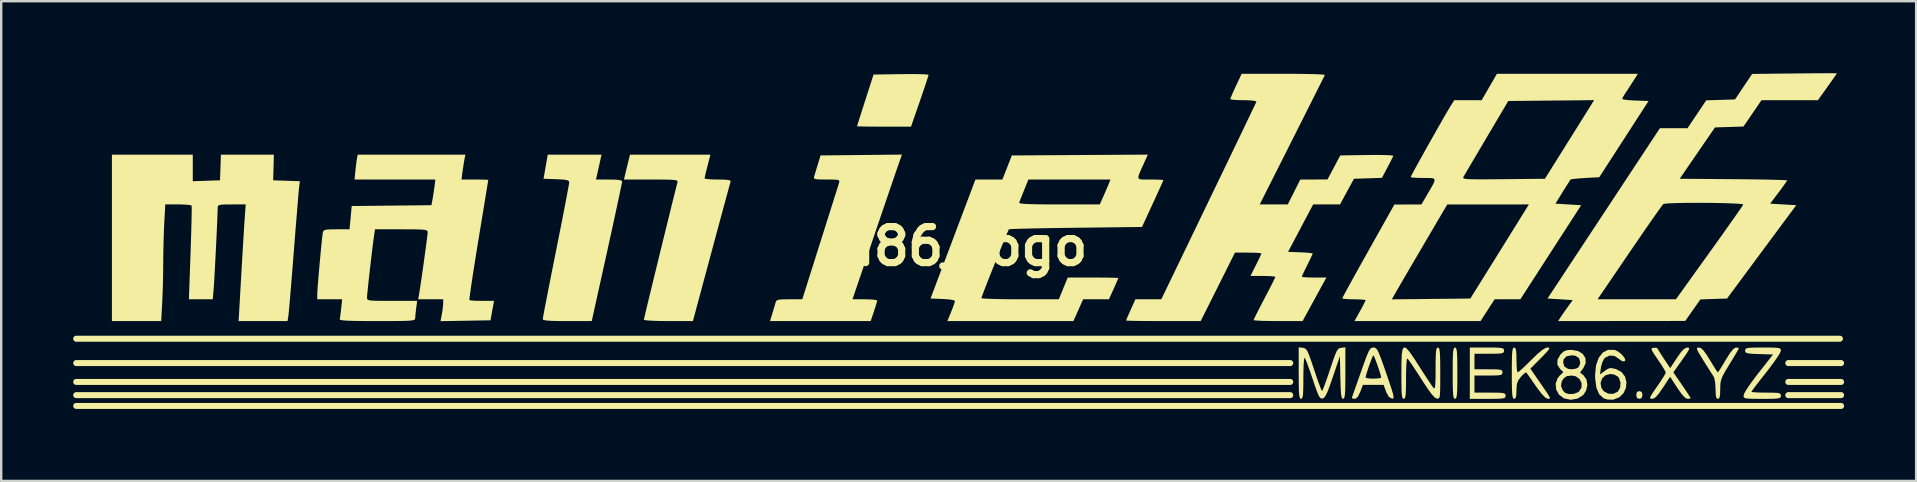
<source format=kicad_pcb>
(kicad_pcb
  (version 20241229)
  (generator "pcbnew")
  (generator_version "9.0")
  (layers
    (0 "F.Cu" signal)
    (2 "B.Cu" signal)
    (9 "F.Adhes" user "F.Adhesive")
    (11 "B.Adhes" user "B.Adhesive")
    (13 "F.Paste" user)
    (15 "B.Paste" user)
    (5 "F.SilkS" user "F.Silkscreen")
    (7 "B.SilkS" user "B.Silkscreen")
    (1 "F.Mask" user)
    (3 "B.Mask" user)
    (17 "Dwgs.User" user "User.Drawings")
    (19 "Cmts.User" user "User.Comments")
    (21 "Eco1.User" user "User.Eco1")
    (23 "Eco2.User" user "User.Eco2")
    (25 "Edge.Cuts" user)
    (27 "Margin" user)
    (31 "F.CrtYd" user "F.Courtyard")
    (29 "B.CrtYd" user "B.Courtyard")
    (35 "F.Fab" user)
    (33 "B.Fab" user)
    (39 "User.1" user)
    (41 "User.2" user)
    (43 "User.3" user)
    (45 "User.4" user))
  (footprint "m86_logo"
    (layer "F.Cu")
    (at 36.796 7.21)
    (property "Reference" "m86_logo" (at 0 0 0) (layer "F.SilkS") (effects (font (size 1.5 1.5) (thickness 0.3))))
    (attr board_only exclude_from_pos_files exclude_from_bom)
    (fp_line (start -36.671 3.85) (end 36.8 3.85) (stroke (width 0.25) (type solid)) (layer "F.SilkS"))
    (fp_line (start -36.671 4.865) (end 13.902 4.865) (stroke (width 0.25) (type solid)) (layer "F.SilkS"))
    (fp_line (start -36.671 5.65) (end 13.902 5.65) (stroke (width 0.25) (type solid)) (layer "F.SilkS"))
    (fp_line (start -36.671 6.2) (end 13.902 6.2) (stroke (width 0.25) (type solid)) (layer "F.SilkS"))
    (fp_line (start -36.671 6.65) (end 36.85 6.65) (stroke (width 0.25) (type solid)) (layer "F.SilkS"))
    (fp_line (start 34.65 4.865) (end 36.85 4.865) (stroke (width 0.25) (type solid)) (layer "F.SilkS"))
    (fp_line (start 34.65 5.65) (end 36.85 5.65) (stroke (width 0.25) (type solid)) (layer "F.SilkS"))
    (fp_line (start 34.65 6.2) (end 36.85 6.2) (stroke (width 0.25) (type solid)) (layer "F.SilkS"))
    (fp_poly (pts (xy 28.547 6.069) (xy 28.575 6.193) (xy 28.545 6.32) (xy 28.445 6.355) (xy 28.344 6.317) (xy 28.316 6.193) (xy 28.346 6.066) (xy 28.445 6.031)) (stroke (width 0) (type solid)) (fill yes) (layer "F.SilkS"))
    (fp_poly (pts (xy -1.623 -7.173) (xy -1.373 -7.166) (xy -1.214 -7.154) (xy -1.165 -7.14) (xy -1.185 -7.065) (xy -1.242 -6.889) (xy -1.327 -6.633) (xy -1.434 -6.317) (xy -1.53 -6.037) (xy -1.896 -4.984) (xy -3.021 -4.984) (xy -3.387 -4.985) (xy -3.703 -4.987) (xy -3.948 -4.991) (xy -4.102 -4.996) (xy -4.145 -5) (xy -4.126 -5.064) (xy -4.073 -5.231) (xy -3.994 -5.481) (xy -3.894 -5.793) (xy -3.8 -6.086) (xy -3.456 -7.155) (xy -2.311 -7.172) (xy -1.942 -7.175)) (stroke (width 0) (type solid)) (fill yes) (layer "F.SilkS"))
    (fp_poly (pts (xy 20.804 4.234) (xy 20.83 4.296) (xy 20.847 4.421) (xy 20.858 4.626) (xy 20.863 4.929) (xy 20.864 5.286) (xy 20.863 5.687) (xy 20.857 5.976) (xy 20.846 6.171) (xy 20.827 6.287) (xy 20.8 6.342) (xy 20.767 6.355) (xy 20.731 6.338) (xy 20.704 6.276) (xy 20.687 6.151) (xy 20.676 5.946) (xy 20.671 5.643) (xy 20.67 5.286) (xy 20.671 4.885) (xy 20.677 4.596) (xy 20.688 4.402) (xy 20.707 4.285) (xy 20.735 4.23) (xy 20.767 4.217)) (stroke (width 0) (type solid)) (fill yes) (layer "F.SilkS"))
    (fp_poly (pts (xy 22.407 4.218) (xy 22.612 4.226) (xy 22.732 4.243) (xy 22.79 4.273) (xy 22.807 4.322) (xy 22.808 4.347) (xy 22.799 4.407) (xy 22.755 4.445) (xy 22.652 4.466) (xy 22.467 4.474) (xy 22.193 4.476) (xy 21.577 4.476) (xy 21.577 4.8) (xy 21.577 5.124) (xy 22.16 5.124) (xy 22.437 5.126) (xy 22.609 5.136) (xy 22.701 5.16) (xy 22.738 5.203) (xy 22.743 5.254) (xy 22.734 5.315) (xy 22.688 5.353) (xy 22.582 5.374) (xy 22.39 5.382) (xy 22.16 5.383) (xy 21.577 5.383) (xy 21.577 5.74) (xy 21.577 6.096) (xy 22.225 6.096) (xy 22.52 6.098) (xy 22.709 6.106) (xy 22.815 6.126) (xy 22.862 6.162) (xy 22.873 6.219) (xy 22.873 6.226) (xy 22.865 6.281) (xy 22.827 6.318) (xy 22.736 6.34) (xy 22.571 6.351) (xy 22.31 6.355) (xy 22.128 6.355) (xy 21.383 6.355) (xy 21.383 5.286) (xy 21.383 4.217) (xy 22.095 4.217)) (stroke (width 0) (type solid)) (fill yes) (layer "F.SilkS"))
    (fp_poly (pts (xy -14.903 -3.299) (xy -15.019 -2.781) (xy -14.475 -2.781) (xy -14.184 -2.775) (xy -14.009 -2.754) (xy -13.934 -2.716) (xy -13.93 -2.7) (xy -13.943 -2.622) (xy -13.982 -2.43) (xy -14.043 -2.138) (xy -14.124 -1.759) (xy -14.221 -1.305) (xy -14.333 -0.79) (xy -14.457 -0.227) (xy -14.561 0.248) (xy -15.195 3.115) (xy -16.215 3.115) (xy -16.619 3.113) (xy -16.908 3.105) (xy -17.097 3.09) (xy -17.202 3.067) (xy -17.236 3.035) (xy -17.236 3.032) (xy -17.223 2.953) (xy -17.188 2.76) (xy -17.132 2.467) (xy -17.059 2.087) (xy -16.97 1.634) (xy -16.869 1.122) (xy -16.758 0.563) (xy -16.685 0.2) (xy -16.569 -0.383) (xy -16.461 -0.928) (xy -16.364 -1.423) (xy -16.281 -1.854) (xy -16.214 -2.207) (xy -16.166 -2.468) (xy -16.139 -2.625) (xy -16.134 -2.663) (xy -16.151 -2.72) (xy -16.219 -2.756) (xy -16.362 -2.778) (xy -16.605 -2.792) (xy -16.669 -2.795) (xy -17.203 -2.813) (xy -17.116 -3.316) (xy -17.028 -3.818) (xy -15.908 -3.818) (xy -14.788 -3.818)) (stroke (width 0) (type solid)) (fill yes) (layer "F.SilkS"))
    (fp_poly (pts (xy 32.571 4.23) (xy 32.592 4.247) (xy 32.56 4.311) (xy 32.474 4.461) (xy 32.345 4.676) (xy 32.204 4.908) (xy 32.034 5.187) (xy 31.923 5.39) (xy 31.857 5.548) (xy 31.825 5.694) (xy 31.815 5.859) (xy 31.815 5.947) (xy 31.808 6.179) (xy 31.784 6.306) (xy 31.736 6.353) (xy 31.718 6.355) (xy 31.662 6.326) (xy 31.632 6.224) (xy 31.621 6.023) (xy 31.62 5.948) (xy 31.606 5.692) (xy 31.567 5.491) (xy 31.532 5.414) (xy 31.46 5.304) (xy 31.34 5.116) (xy 31.192 4.882) (xy 31.111 4.751) (xy 30.96 4.506) (xy 30.872 4.35) (xy 30.841 4.263) (xy 30.858 4.226) (xy 30.918 4.217) (xy 30.924 4.217) (xy 31.013 4.243) (xy 31.112 4.333) (xy 31.238 4.505) (xy 31.382 4.735) (xy 31.519 4.96) (xy 31.63 5.136) (xy 31.7 5.238) (xy 31.715 5.254) (xy 31.755 5.202) (xy 31.845 5.062) (xy 31.968 4.86) (xy 32.042 4.735) (xy 32.218 4.454) (xy 32.354 4.284) (xy 32.454 4.218) (xy 32.469 4.217)) (stroke (width 0) (type solid)) (fill yes) (layer "F.SilkS"))
    (fp_poly (pts (xy 30.506 4.225) (xy 30.524 4.261) (xy 30.49 4.344) (xy 30.395 4.494) (xy 30.232 4.728) (xy 30.227 4.735) (xy 29.862 5.253) (xy 30.223 5.777) (xy 30.376 6.002) (xy 30.497 6.185) (xy 30.57 6.3) (xy 30.584 6.328) (xy 30.529 6.35) (xy 30.453 6.355) (xy 30.348 6.307) (xy 30.209 6.158) (xy 30.027 5.899) (xy 30.024 5.895) (xy 29.726 5.434) (xy 29.426 5.894) (xy 29.258 6.136) (xy 29.131 6.281) (xy 29.027 6.346) (xy 28.975 6.354) (xy 28.911 6.347) (xy 28.891 6.312) (xy 28.924 6.23) (xy 29.017 6.082) (xy 29.178 5.849) (xy 29.185 5.839) (xy 29.34 5.612) (xy 29.462 5.422) (xy 29.534 5.295) (xy 29.547 5.261) (xy 29.512 5.183) (xy 29.419 5.027) (xy 29.286 4.822) (xy 29.219 4.724) (xy 29.065 4.498) (xy 28.979 4.357) (xy 28.951 4.279) (xy 28.975 4.242) (xy 29.039 4.227) (xy 29.161 4.23) (xy 29.205 4.259) (xy 29.248 4.337) (xy 29.343 4.49) (xy 29.47 4.686) (xy 29.477 4.695) (xy 29.73 5.076) (xy 30.011 4.648) (xy 30.176 4.413) (xy 30.303 4.277) (xy 30.409 4.222) (xy 30.442 4.218)) (stroke (width 0) (type solid)) (fill yes) (layer "F.SilkS"))
    (fp_poly (pts (xy 33.917 4.218) (xy 34.129 4.225) (xy 34.256 4.24) (xy 34.319 4.269) (xy 34.34 4.314) (xy 34.342 4.351) (xy 34.303 4.446) (xy 34.196 4.62) (xy 34.034 4.852) (xy 33.833 5.12) (xy 33.726 5.257) (xy 33.513 5.527) (xy 33.332 5.76) (xy 33.197 5.938) (xy 33.122 6.043) (xy 33.111 6.063) (xy 33.171 6.077) (xy 33.332 6.088) (xy 33.567 6.095) (xy 33.726 6.096) (xy 34.012 6.098) (xy 34.193 6.107) (xy 34.292 6.129) (xy 34.334 6.168) (xy 34.342 6.226) (xy 34.334 6.28) (xy 34.297 6.317) (xy 34.209 6.339) (xy 34.048 6.351) (xy 33.793 6.355) (xy 33.564 6.355) (xy 33.237 6.354) (xy 33.017 6.349) (xy 32.884 6.335) (xy 32.816 6.308) (xy 32.791 6.265) (xy 32.788 6.209) (xy 32.828 6.103) (xy 32.941 5.916) (xy 33.114 5.667) (xy 33.335 5.371) (xy 33.402 5.286) (xy 34.015 4.508) (xy 33.433 4.49) (xy 33.156 4.479) (xy 32.984 4.462) (xy 32.892 4.434) (xy 32.856 4.389) (xy 32.852 4.344) (xy 32.86 4.289) (xy 32.9 4.253) (xy 32.993 4.231) (xy 33.162 4.221) (xy 33.427 4.217) (xy 33.597 4.217)) (stroke (width 0) (type solid)) (fill yes) (layer "F.SilkS"))
    (fp_poly (pts (xy 27.41 4.314) (xy 27.565 4.386) (xy 27.72 4.512) (xy 27.832 4.653) (xy 27.862 4.744) (xy 27.819 4.798) (xy 27.718 4.78) (xy 27.597 4.697) (xy 27.571 4.67) (xy 27.397 4.563) (xy 27.194 4.554) (xy 27.014 4.644) (xy 26.992 4.665) (xy 26.911 4.809) (xy 26.852 5.01) (xy 26.843 5.063) (xy 26.806 5.337) (xy 27.008 5.187) (xy 27.15 5.095) (xy 27.271 5.071) (xy 27.435 5.105) (xy 27.477 5.117) (xy 27.707 5.242) (xy 27.85 5.431) (xy 27.909 5.659) (xy 27.888 5.896) (xy 27.789 6.114) (xy 27.616 6.287) (xy 27.371 6.385) (xy 27.337 6.391) (xy 27.109 6.382) (xy 26.948 6.326) (xy 26.769 6.159) (xy 26.656 5.891) (xy 26.629 5.695) (xy 26.83 5.695) (xy 26.862 5.894) (xy 26.955 6.031) (xy 27.144 6.139) (xy 27.359 6.147) (xy 27.549 6.054) (xy 27.644 5.891) (xy 27.661 5.682) (xy 27.598 5.487) (xy 27.561 5.437) (xy 27.41 5.347) (xy 27.24 5.318) (xy 27.033 5.372) (xy 26.892 5.509) (xy 26.83 5.695) (xy 26.629 5.695) (xy 26.605 5.518) (xy 26.602 5.346) (xy 26.643 4.955) (xy 26.752 4.645) (xy 26.921 4.428) (xy 27.142 4.314) (xy 27.406 4.314)) (stroke (width 0) (type solid)) (fill yes) (layer "F.SilkS"))
    (fp_poly (pts (xy -10.373 -3.348) (xy -10.432 -3.115) (xy -10.475 -2.932) (xy -10.495 -2.835) (xy -10.496 -2.83) (xy -10.436 -2.808) (xy -10.277 -2.791) (xy -10.047 -2.782) (xy -9.939 -2.781) (xy -9.657 -2.776) (xy -9.487 -2.759) (xy -9.414 -2.728) (xy -9.41 -2.7) (xy -9.432 -2.623) (xy -9.484 -2.433) (xy -9.563 -2.144) (xy -9.665 -1.768) (xy -9.787 -1.318) (xy -9.925 -0.807) (xy -10.076 -0.249) (xy -10.209 0.248) (xy -10.981 3.115) (xy -12.002 3.115) (xy -12.35 3.112) (xy -12.646 3.103) (xy -12.871 3.089) (xy -13 3.071) (xy -13.024 3.059) (xy -13.009 2.989) (xy -12.967 2.809) (xy -12.901 2.534) (xy -12.816 2.179) (xy -12.714 1.76) (xy -12.601 1.292) (xy -12.478 0.791) (xy -12.352 0.272) (xy -12.224 -0.249) (xy -12.099 -0.757) (xy -11.981 -1.236) (xy -11.874 -1.672) (xy -11.78 -2.049) (xy -11.705 -2.35) (xy -11.651 -2.562) (xy -11.623 -2.668) (xy -11.623 -2.668) (xy -11.62 -2.709) (xy -11.648 -2.738) (xy -11.727 -2.759) (xy -11.871 -2.771) (xy -12.1 -2.778) (xy -12.429 -2.781) (xy -12.721 -2.781) (xy -13.853 -2.781) (xy -13.788 -3.056) (xy -13.73 -3.299) (xy -13.671 -3.54) (xy -13.662 -3.575) (xy -13.602 -3.818) (xy -11.926 -3.818) (xy -10.251 -3.818)) (stroke (width 0) (type solid)) (fill yes) (layer "F.SilkS"))
    (fp_poly (pts (xy 24.685 4.225) (xy 24.697 4.261) (xy 24.645 4.341) (xy 24.517 4.48) (xy 24.344 4.658) (xy 23.906 5.098) (xy 24.284 5.646) (xy 24.482 5.933) (xy 24.616 6.13) (xy 24.693 6.254) (xy 24.721 6.321) (xy 24.71 6.349) (xy 24.667 6.355) (xy 24.632 6.355) (xy 24.526 6.303) (xy 24.373 6.143) (xy 24.168 5.872) (xy 24.132 5.821) (xy 23.973 5.592) (xy 23.842 5.405) (xy 23.756 5.285) (xy 23.733 5.254) (xy 23.677 5.277) (xy 23.57 5.374) (xy 23.516 5.433) (xy 23.4 5.585) (xy 23.343 5.739) (xy 23.327 5.954) (xy 23.327 6) (xy 23.318 6.214) (xy 23.287 6.325) (xy 23.229 6.355) (xy 23.193 6.338) (xy 23.167 6.276) (xy 23.149 6.151) (xy 23.138 5.946) (xy 23.133 5.643) (xy 23.132 5.286) (xy 23.134 4.885) (xy 23.139 4.596) (xy 23.151 4.402) (xy 23.169 4.285) (xy 23.197 4.23) (xy 23.229 4.217) (xy 23.279 4.241) (xy 23.309 4.33) (xy 23.323 4.506) (xy 23.327 4.735) (xy 23.332 4.976) (xy 23.348 5.157) (xy 23.37 5.248) (xy 23.377 5.254) (xy 23.44 5.21) (xy 23.573 5.093) (xy 23.756 4.919) (xy 23.942 4.735) (xy 24.208 4.479) (xy 24.406 4.314) (xy 24.55 4.231) (xy 24.619 4.217)) (stroke (width 0) (type solid)) (fill yes) (layer "F.SilkS"))
    (fp_poly (pts (xy 17.429 4.224) (xy 17.483 4.257) (xy 17.538 4.331) (xy 17.602 4.465) (xy 17.684 4.675) (xy 17.793 4.977) (xy 17.901 5.29) (xy 18.033 5.676) (xy 18.126 5.956) (xy 18.183 6.147) (xy 18.207 6.264) (xy 18.203 6.325) (xy 18.173 6.345) (xy 18.132 6.343) (xy 18.011 6.273) (xy 17.909 6.092) (xy 17.892 6.047) (xy 17.792 5.772) (xy 17.361 5.772) (xy 16.929 5.772) (xy 16.818 6.064) (xy 16.724 6.259) (xy 16.628 6.346) (xy 16.577 6.355) (xy 16.482 6.334) (xy 16.469 6.304) (xy 16.497 6.228) (xy 16.559 6.052) (xy 16.65 5.796) (xy 16.76 5.482) (xy 16.765 5.469) (xy 17.041 5.469) (xy 17.1 5.494) (xy 17.249 5.51) (xy 17.365 5.513) (xy 17.55 5.505) (xy 17.667 5.485) (xy 17.689 5.469) (xy 17.67 5.372) (xy 17.62 5.203) (xy 17.552 5) (xy 17.48 4.798) (xy 17.416 4.635) (xy 17.373 4.547) (xy 17.365 4.541) (xy 17.331 4.597) (xy 17.273 4.74) (xy 17.202 4.933) (xy 17.131 5.14) (xy 17.074 5.324) (xy 17.043 5.448) (xy 17.041 5.469) (xy 16.765 5.469) (xy 16.847 5.235) (xy 16.98 4.86) (xy 17.08 4.59) (xy 17.156 4.408) (xy 17.217 4.297) (xy 17.272 4.24) (xy 17.329 4.219) (xy 17.367 4.217)) (stroke (width 0) (type solid)) (fill yes) (layer "F.SilkS"))
    (fp_poly (pts (xy -2.405 -3.446) (xy -2.454 -3.305) (xy -2.54 -3.057) (xy -2.657 -2.715) (xy -2.8 -2.296) (xy -2.964 -1.814) (xy -3.145 -1.284) (xy -3.337 -0.722) (xy -3.435 -0.432) (xy -4.334 2.208) (xy -3.82 2.208) (xy -3.58 2.214) (xy -3.399 2.23) (xy -3.309 2.253) (xy -3.305 2.26) (xy -3.324 2.345) (xy -3.375 2.514) (xy -3.44 2.714) (xy -3.576 3.115) (xy -5.672 3.115) (xy -7.769 3.115) (xy -7.675 2.808) (xy -7.61 2.594) (xy -7.556 2.41) (xy -7.541 2.354) (xy -7.513 2.282) (xy -7.457 2.239) (xy -7.345 2.217) (xy -7.149 2.209) (xy -6.964 2.208) (xy -6.425 2.208) (xy -6.358 1.998) (xy -6.323 1.887) (xy -6.254 1.669) (xy -6.157 1.359) (xy -6.035 0.974) (xy -5.894 0.529) (xy -5.74 0.04) (xy -5.616 -0.351) (xy -5.455 -0.859) (xy -5.306 -1.332) (xy -5.172 -1.755) (xy -5.06 -2.113) (xy -4.972 -2.39) (xy -4.916 -2.571) (xy -4.895 -2.635) (xy -4.879 -2.705) (xy -4.899 -2.748) (xy -4.978 -2.771) (xy -5.14 -2.78) (xy -5.408 -2.781) (xy -5.41 -2.781) (xy -5.68 -2.784) (xy -5.843 -2.794) (xy -5.923 -2.818) (xy -5.942 -2.861) (xy -5.935 -2.894) (xy -5.898 -3.015) (xy -5.838 -3.212) (xy -5.782 -3.397) (xy -5.664 -3.785) (xy -3.969 -3.803) (xy -2.274 -3.82)) (stroke (width 0) (type solid)) (fill yes) (layer "F.SilkS"))
    (fp_poly (pts (xy 25.887 4.359) (xy 26.086 4.481) (xy 26.199 4.656) (xy 26.21 4.864) (xy 26.113 5.073) (xy 25.975 5.259) (xy 26.124 5.379) (xy 26.244 5.553) (xy 26.279 5.778) (xy 26.229 6.012) (xy 26.108 6.195) (xy 25.874 6.344) (xy 25.594 6.394) (xy 25.314 6.338) (xy 25.301 6.333) (xy 25.096 6.179) (xy 24.98 5.965) (xy 24.966 5.81) (xy 25.182 5.81) (xy 25.25 5.997) (xy 25.361 6.111) (xy 25.523 6.157) (xy 25.726 6.143) (xy 25.9 6.076) (xy 25.929 6.054) (xy 26.036 5.885) (xy 26.04 5.7) (xy 25.955 5.532) (xy 25.798 5.416) (xy 25.633 5.384) (xy 25.428 5.408) (xy 25.297 5.497) (xy 25.213 5.626) (xy 25.182 5.81) (xy 24.966 5.81) (xy 24.958 5.725) (xy 25.039 5.497) (xy 25.113 5.405) (xy 25.279 5.239) (xy 25.145 5.114) (xy 25.03 4.931) (xy 25.033 4.832) (xy 25.27 4.832) (xy 25.322 5.009) (xy 25.474 5.106) (xy 25.627 5.124) (xy 25.795 5.1) (xy 25.905 5.046) (xy 25.97 4.92) (xy 25.983 4.832) (xy 25.932 4.656) (xy 25.78 4.559) (xy 25.627 4.541) (xy 25.411 4.583) (xy 25.293 4.707) (xy 25.27 4.832) (xy 25.033 4.832) (xy 25.036 4.721) (xy 25.164 4.5) (xy 25.168 4.496) (xy 25.3 4.375) (xy 25.454 4.323) (xy 25.614 4.314)) (stroke (width 0) (type solid)) (fill yes) (layer "F.SilkS"))
    (fp_poly (pts (xy 18.734 4.241) (xy 18.868 4.39) (xy 19.051 4.652) (xy 19.281 5.011) (xy 19.467 5.302) (xy 19.635 5.558) (xy 19.769 5.759) (xy 19.855 5.88) (xy 19.871 5.899) (xy 19.906 5.919) (xy 19.93 5.88) (xy 19.945 5.764) (xy 19.954 5.557) (xy 19.957 5.242) (xy 19.957 5.106) (xy 19.959 4.744) (xy 19.967 4.493) (xy 19.981 4.334) (xy 20.006 4.249) (xy 20.041 4.218) (xy 20.054 4.217) (xy 20.091 4.234) (xy 20.117 4.296) (xy 20.135 4.421) (xy 20.145 4.626) (xy 20.15 4.927) (xy 20.152 5.291) (xy 20.151 5.686) (xy 20.148 5.969) (xy 20.14 6.159) (xy 20.125 6.273) (xy 20.1 6.33) (xy 20.062 6.348) (xy 20.01 6.344) (xy 20.007 6.343) (xy 19.923 6.299) (xy 19.808 6.178) (xy 19.653 5.97) (xy 19.449 5.664) (xy 19.343 5.498) (xy 19.159 5.211) (xy 18.997 4.967) (xy 18.87 4.785) (xy 18.791 4.685) (xy 18.775 4.672) (xy 18.757 4.732) (xy 18.742 4.898) (xy 18.731 5.145) (xy 18.726 5.45) (xy 18.726 5.513) (xy 18.724 5.864) (xy 18.716 6.104) (xy 18.7 6.253) (xy 18.674 6.331) (xy 18.635 6.355) (xy 18.629 6.355) (xy 18.592 6.338) (xy 18.566 6.276) (xy 18.548 6.151) (xy 18.538 5.946) (xy 18.533 5.643) (xy 18.532 5.286) (xy 18.535 4.829) (xy 18.549 4.499) (xy 18.582 4.293) (xy 18.641 4.208)) (stroke (width 0) (type solid)) (fill yes) (layer "F.SilkS"))
    (fp_poly (pts (xy 16.199 5.282) (xy 16.197 5.685) (xy 16.192 5.976) (xy 16.18 6.171) (xy 16.161 6.288) (xy 16.134 6.344) (xy 16.104 6.355) (xy 16.064 6.334) (xy 16.036 6.26) (xy 16.016 6.113) (xy 16.002 5.876) (xy 15.992 5.531) (xy 15.99 5.464) (xy 15.972 4.573) (xy 15.676 5.448) (xy 15.552 5.804) (xy 15.457 6.054) (xy 15.381 6.214) (xy 15.317 6.304) (xy 15.256 6.34) (xy 15.245 6.343) (xy 15.186 6.338) (xy 15.132 6.293) (xy 15.073 6.19) (xy 15 6.009) (xy 14.904 5.733) (xy 14.837 5.533) (xy 14.732 5.222) (xy 14.636 4.955) (xy 14.56 4.756) (xy 14.512 4.65) (xy 14.506 4.641) (xy 14.485 4.678) (xy 14.467 4.826) (xy 14.455 5.068) (xy 14.45 5.387) (xy 14.449 5.467) (xy 14.447 5.829) (xy 14.44 6.079) (xy 14.425 6.238) (xy 14.401 6.323) (xy 14.365 6.354) (xy 14.352 6.355) (xy 14.316 6.338) (xy 14.29 6.276) (xy 14.272 6.151) (xy 14.261 5.946) (xy 14.256 5.645) (xy 14.255 5.282) (xy 14.255 4.208) (xy 14.429 4.229) (xy 14.5 4.245) (xy 14.559 4.286) (xy 14.618 4.373) (xy 14.684 4.523) (xy 14.769 4.757) (xy 14.882 5.093) (xy 14.897 5.14) (xy 15.004 5.456) (xy 15.098 5.722) (xy 15.172 5.918) (xy 15.218 6.021) (xy 15.227 6.031) (xy 15.259 5.973) (xy 15.322 5.813) (xy 15.409 5.574) (xy 15.512 5.276) (xy 15.557 5.14) (xy 15.674 4.791) (xy 15.761 4.546) (xy 15.829 4.387) (xy 15.888 4.294) (xy 15.947 4.248) (xy 16.016 4.23) (xy 16.025 4.229) (xy 16.199 4.208)) (stroke (width 0) (type solid)) (fill yes) (layer "F.SilkS"))
    (fp_poly (pts (xy -31.815 -3.264) (xy -31.815 -2.711) (xy -31.248 -2.73) (xy -30.681 -2.749) (xy -30.662 -3.283) (xy -30.643 -3.818) (xy -29.54 -3.818) (xy -28.437 -3.818) (xy -28.451 -3.283) (xy -28.466 -2.749) (xy -27.909 -2.73) (xy -27.353 -2.711) (xy -27.381 -2.503) (xy -27.393 -2.393) (xy -27.413 -2.169) (xy -27.44 -1.848) (xy -27.473 -1.443) (xy -27.512 -0.971) (xy -27.554 -0.448) (xy -27.598 0.112) (xy -27.605 0.2) (xy -27.649 0.763) (xy -27.692 1.294) (xy -27.732 1.775) (xy -27.767 2.191) (xy -27.796 2.527) (xy -27.819 2.767) (xy -27.833 2.896) (xy -27.834 2.905) (xy -27.868 3.115) (xy -28.887 3.115) (xy -29.906 3.115) (xy -29.797 1.22) (xy -29.767 0.706) (xy -29.738 0.207) (xy -29.71 -0.256) (xy -29.685 -0.659) (xy -29.665 -0.98) (xy -29.65 -1.196) (xy -29.649 -1.21) (xy -29.611 -1.744) (xy -30.195 -1.744) (xy -30.471 -1.742) (xy -30.643 -1.733) (xy -30.735 -1.71) (xy -30.772 -1.667) (xy -30.778 -1.605) (xy -30.781 -1.458) (xy -30.791 -1.205) (xy -30.805 -0.872) (xy -30.823 -0.481) (xy -30.843 -0.057) (xy -30.865 0.377) (xy -30.887 0.795) (xy -30.907 1.174) (xy -30.925 1.49) (xy -30.94 1.719) (xy -30.947 1.803) (xy -30.983 2.208) (xy -31.48 2.208) (xy -31.977 2.208) (xy -31.908 0.281) (xy -31.892 -0.207) (xy -31.878 -0.652) (xy -31.868 -1.039) (xy -31.862 -1.351) (xy -31.859 -1.572) (xy -31.862 -1.685) (xy -31.863 -1.696) (xy -31.935 -1.718) (xy -32.104 -1.735) (xy -32.338 -1.744) (xy -32.424 -1.744) (xy -32.961 -1.744) (xy -33.004 -0.957) (xy -33.021 -0.557) (xy -33.035 -0.093) (xy -33.044 0.372) (xy -33.046 0.686) (xy -33.05 1.106) (xy -33.06 1.577) (xy -33.075 2.031) (xy -33.088 2.328) (xy -33.131 3.115) (xy -34.157 3.115) (xy -35.184 3.115) (xy -35.184 -0.351) (xy -35.184 -3.818) (xy -33.499 -3.818) (xy -31.815 -3.818)) (stroke (width 0) (type solid)) (fill yes) (layer "F.SilkS"))
    (fp_poly (pts (xy 36.604 -7.208) (xy 36.674 -7.205) (xy 36.675 -7.205) (xy 36.639 -7.15) (xy 36.544 -7.012) (xy 36.404 -6.814) (xy 36.279 -6.638) (xy 35.884 -6.086) (xy 34.708 -6.086) (xy 33.532 -6.086) (xy 33.158 -5.537) (xy 32.784 -4.989) (xy 32.19 -4.97) (xy 31.596 -4.952) (xy 30.861 -3.883) (xy 30.127 -2.813) (xy 32.364 -2.796) (xy 32.888 -2.791) (xy 33.368 -2.785) (xy 33.79 -2.778) (xy 34.139 -2.769) (xy 34.4 -2.761) (xy 34.558 -2.752) (xy 34.601 -2.745) (xy 34.564 -2.681) (xy 34.466 -2.54) (xy 34.325 -2.347) (xy 34.247 -2.244) (xy 33.894 -1.777) (xy 34.437 -1.744) (xy 34.981 -1.712) (xy 33.539 0.232) (xy 32.098 2.176) (xy 31.544 2.194) (xy 30.989 2.213) (xy 30.673 2.661) (xy 30.357 3.11) (xy 27.709 3.113) (xy 25.061 3.115) (xy 25.177 2.937) (xy 25.289 2.773) (xy 25.43 2.572) (xy 25.482 2.5) (xy 25.669 2.241) (xy 25.144 2.208) (xy 26.704 2.208) (xy 28.336 2.208) (xy 29.968 2.208) (xy 31.359 0.27) (xy 31.677 -0.173) (xy 31.97 -0.584) (xy 32.23 -0.952) (xy 32.45 -1.263) (xy 32.619 -1.506) (xy 32.73 -1.668) (xy 32.774 -1.738) (xy 32.774 -1.738) (xy 32.719 -1.757) (xy 32.556 -1.773) (xy 32.303 -1.786) (xy 31.984 -1.797) (xy 31.617 -1.805) (xy 31.223 -1.809) (xy 30.824 -1.811) (xy 30.439 -1.809) (xy 30.089 -1.803) (xy 29.796 -1.794) (xy 29.579 -1.782) (xy 29.459 -1.765) (xy 29.445 -1.76) (xy 29.393 -1.697) (xy 29.278 -1.539) (xy 29.107 -1.298) (xy 28.889 -0.987) (xy 28.633 -0.618) (xy 28.348 -0.202) (xy 28.041 0.246) (xy 28.04 0.248) (xy 26.704 2.208) (xy 25.144 2.208) (xy 24.619 2.176) (xy 26.96 -1.372) (xy 29.301 -4.919) (xy 29.876 -4.919) (xy 30.451 -4.919) (xy 30.841 -5.5) (xy 31.232 -6.081) (xy 31.831 -6.099) (xy 32.43 -6.118) (xy 32.787 -6.649) (xy 33.143 -7.18) (xy 34.909 -7.2) (xy 35.372 -7.204) (xy 35.79 -7.208) (xy 36.145 -7.209) (xy 36.423 -7.21)) (stroke (width 0) (type solid)) (fill yes) (layer "F.SilkS"))
    (fp_poly (pts (xy 7.802 -3.446) (xy 7.669 -3.153) (xy 7.59 -2.961) (xy 7.573 -2.849) (xy 7.626 -2.795) (xy 7.758 -2.78) (xy 7.977 -2.781) (xy 8.069 -2.781) (xy 8.317 -2.779) (xy 8.507 -2.772) (xy 8.609 -2.763) (xy 8.618 -2.759) (xy 8.592 -2.695) (xy 8.521 -2.535) (xy 8.413 -2.296) (xy 8.278 -2) (xy 8.172 -1.771) (xy 7.727 -0.805) (xy 4.97 -0.772) (xy 4.385 -0.765) (xy 3.841 -0.756) (xy 3.351 -0.747) (xy 2.93 -0.738) (xy 2.589 -0.729) (xy 2.344 -0.72) (xy 2.207 -0.712) (xy 2.182 -0.708) (xy 2.149 -0.639) (xy 2.077 -0.471) (xy 1.974 -0.223) (xy 1.849 0.083) (xy 1.71 0.427) (xy 1.566 0.788) (xy 1.423 1.145) (xy 1.292 1.479) (xy 1.18 1.767) (xy 1.095 1.99) (xy 1.046 2.126) (xy 1.037 2.158) (xy 1.099 2.172) (xy 1.273 2.184) (xy 1.542 2.194) (xy 1.888 2.202) (xy 2.294 2.207) (xy 2.649 2.208) (xy 4.261 2.208) (xy 4.447 1.755) (xy 4.633 1.302) (xy 5.686 1.301) (xy 6.039 1.303) (xy 6.341 1.306) (xy 6.572 1.312) (xy 6.71 1.319) (xy 6.739 1.325) (xy 6.714 1.391) (xy 6.649 1.543) (xy 6.556 1.751) (xy 6.544 1.778) (xy 6.349 2.208) (xy 5.811 2.208) (xy 5.273 2.208) (xy 5.072 2.662) (xy 4.87 3.115) (xy 2.245 3.115) (xy -0.38 3.115) (xy -0.222 2.728) (xy -0.141 2.518) (xy -0.084 2.354) (xy -0.065 2.277) (xy -0.124 2.245) (xy -0.283 2.217) (xy -0.509 2.198) (xy -0.574 2.195) (xy -1.083 2.176) (xy -0.251 -0.027) (xy -0.056 -0.545) (xy 0.129 -1.035) (xy 0.297 -1.481) (xy 0.428 -1.825) (xy 2.61 -1.825) (xy 2.626 -1.8) (xy 2.705 -1.78) (xy 2.859 -1.765) (xy 3.099 -1.755) (xy 3.436 -1.748) (xy 3.884 -1.745) (xy 4.273 -1.744) (xy 5.968 -1.744) (xy 6.134 -2.117) (xy 6.232 -2.34) (xy 6.315 -2.535) (xy 6.355 -2.635) (xy 6.412 -2.781) (xy 4.703 -2.781) (xy 2.994 -2.781) (xy 2.818 -2.344) (xy 2.727 -2.117) (xy 2.653 -1.933) (xy 2.611 -1.829) (xy 2.61 -1.825) (xy 0.428 -1.825) (xy 0.443 -1.867) (xy 0.561 -2.178) (xy 0.644 -2.398) (xy 0.684 -2.506) (xy 0.788 -2.781) (xy 1.35 -2.781) (xy 1.911 -2.781) (xy 2.108 -3.283) (xy 2.305 -3.785) (xy 5.137 -3.802) (xy 7.969 -3.819)) (stroke (width 0) (type solid)) (fill yes) (layer "F.SilkS"))
    (fp_poly (pts (xy 14.082 -7.185) (xy 14.494 -7.18) (xy 14.843 -7.173) (xy 15.112 -7.163) (xy 15.285 -7.151) (xy 15.346 -7.138) (xy 15.346 -7.138) (xy 15.313 -7.072) (xy 15.228 -6.901) (xy 15.096 -6.639) (xy 14.924 -6.296) (xy 14.716 -5.883) (xy 14.48 -5.414) (xy 14.22 -4.898) (xy 13.978 -4.416) (xy 12.631 -1.744) (xy 13.215 -1.744) (xy 13.8 -1.744) (xy 14.061 -2.263) (xy 14.321 -2.781) (xy 14.888 -2.782) (xy 15.454 -2.784) (xy 15.72 -3.284) (xy 15.987 -3.785) (xy 17.103 -3.803) (xy 17.465 -3.806) (xy 17.776 -3.803) (xy 18.014 -3.794) (xy 18.161 -3.781) (xy 18.197 -3.766) (xy 18.158 -3.686) (xy 18.075 -3.524) (xy 17.966 -3.313) (xy 17.949 -3.281) (xy 17.723 -2.85) (xy 17.14 -2.832) (xy 16.557 -2.813) (xy 16.266 -2.279) (xy 15.976 -1.744) (xy 15.416 -1.744) (xy 14.857 -1.744) (xy 14.334 -0.756) (xy 13.811 0.232) (xy 14.325 0.251) (xy 14.564 0.263) (xy 14.744 0.279) (xy 14.834 0.297) (xy 14.838 0.301) (xy 14.811 0.37) (xy 14.739 0.524) (xy 14.637 0.732) (xy 14.611 0.783) (xy 14.504 1) (xy 14.424 1.169) (xy 14.386 1.261) (xy 14.385 1.267) (xy 14.444 1.283) (xy 14.603 1.295) (xy 14.829 1.301) (xy 14.897 1.301) (xy 15.408 1.301) (xy 14.913 2.207) (xy 14.417 3.114) (xy 13.397 3.115) (xy 13.049 3.112) (xy 12.753 3.106) (xy 12.529 3.095) (xy 12.399 3.082) (xy 12.376 3.073) (xy 12.405 3.004) (xy 12.484 2.841) (xy 12.603 2.607) (xy 12.751 2.321) (xy 12.83 2.171) (xy 12.988 1.869) (xy 13.122 1.608) (xy 13.222 1.409) (xy 13.276 1.294) (xy 13.283 1.274) (xy 13.223 1.257) (xy 13.065 1.243) (xy 12.838 1.237) (xy 12.764 1.236) (xy 12.245 1.236) (xy 12.472 0.784) (xy 12.58 0.567) (xy 12.66 0.397) (xy 12.699 0.305) (xy 12.7 0.298) (xy 12.64 0.283) (xy 12.481 0.271) (xy 12.251 0.265) (xy 12.15 0.264) (xy 11.599 0.264) (xy 10.886 1.69) (xy 10.172 3.115) (xy 8.618 3.115) (xy 8.184 3.114) (xy 7.797 3.112) (xy 7.475 3.108) (xy 7.234 3.103) (xy 7.093 3.097) (xy 7.063 3.092) (xy 7.088 3.026) (xy 7.153 2.873) (xy 7.245 2.666) (xy 7.258 2.638) (xy 7.453 2.208) (xy 7.992 2.208) (xy 8.531 2.208) (xy 10.502 -1.879) (xy 10.83 -2.56) (xy 11.142 -3.207) (xy 11.433 -3.811) (xy 11.698 -4.362) (xy 11.933 -4.85) (xy 12.133 -5.267) (xy 12.293 -5.602) (xy 12.41 -5.846) (xy 12.478 -5.99) (xy 12.495 -6.026) (xy 12.445 -6.053) (xy 12.293 -6.074) (xy 12.065 -6.085) (xy 11.96 -6.086) (xy 11.71 -6.091) (xy 11.518 -6.104) (xy 11.414 -6.123) (xy 11.404 -6.131) (xy 11.43 -6.207) (xy 11.499 -6.37) (xy 11.598 -6.59) (xy 11.641 -6.682) (xy 11.878 -7.187) (xy 13.623 -7.187)) (stroke (width 0) (type solid)) (fill yes) (layer "F.SilkS"))
    (fp_poly (pts (xy 28.147 -6.815) (xy 28.012 -6.603) (xy 27.892 -6.421) (xy 27.821 -6.314) (xy 27.752 -6.197) (xy 27.733 -6.139) (xy 27.792 -6.115) (xy 27.952 -6.093) (xy 28.182 -6.076) (xy 28.281 -6.072) (xy 28.83 -6.053) (xy 27.803 -4.466) (xy 26.776 -2.878) (xy 26.19 -2.846) (xy 25.929 -2.828) (xy 25.722 -2.808) (xy 25.599 -2.789) (xy 25.578 -2.781) (xy 25.535 -2.715) (xy 25.44 -2.565) (xy 25.311 -2.36) (xy 25.251 -2.263) (xy 24.95 -1.777) (xy 25.486 -1.744) (xy 26.022 -1.712) (xy 24.755 0.248) (xy 23.489 2.207) (xy 22.953 2.208) (xy 22.417 2.208) (xy 22.123 2.662) (xy 21.83 3.115) (xy 19.203 3.115) (xy 16.577 3.115) (xy 16.809 2.7) (xy 16.922 2.493) (xy 17.004 2.333) (xy 17.041 2.25) (xy 17.041 2.246) (xy 16.982 2.228) (xy 16.824 2.215) (xy 16.675 2.21) (xy 18.134 2.21) (xy 19.77 2.193) (xy 21.405 2.176) (xy 22.333 0.686) (xy 22.597 0.262) (xy 22.855 -0.152) (xy 23.093 -0.535) (xy 23.3 -0.868) (xy 23.461 -1.128) (xy 23.552 -1.275) (xy 23.843 -1.744) (xy 22.143 -1.743) (xy 20.443 -1.742) (xy 19.504 -0.144) (xy 19.249 0.29) (xy 19.005 0.706) (xy 18.782 1.087) (xy 18.592 1.413) (xy 18.445 1.666) (xy 18.352 1.827) (xy 18.349 1.833) (xy 18.134 2.21) (xy 16.675 2.21) (xy 16.601 2.208) (xy 16.555 2.208) (xy 16.323 2.203) (xy 16.151 2.19) (xy 16.072 2.172) (xy 16.069 2.168) (xy 16.1 2.104) (xy 16.187 1.941) (xy 16.323 1.691) (xy 16.501 1.368) (xy 16.713 0.985) (xy 16.952 0.556) (xy 17.155 0.195) (xy 18.24 -1.739) (xy 18.804 -1.742) (xy 19.368 -1.744) (xy 19.631 -2.194) (xy 19.795 -2.475) (xy 19.893 -2.661) (xy 19.919 -2.772) (xy 19.868 -2.827) (xy 19.733 -2.845) (xy 19.511 -2.846) (xy 19.446 -2.846) (xy 19.203 -2.85) (xy 19.069 -2.859) (xy 21.105 -2.859) (xy 21.118 -2.833) (xy 21.171 -2.813) (xy 21.279 -2.8) (xy 21.454 -2.793) (xy 21.711 -2.789) (xy 22.063 -2.79) (xy 22.525 -2.794) (xy 22.783 -2.796) (xy 24.512 -2.813) (xy 25.537 -4.451) (xy 26.561 -6.088) (xy 24.773 -6.07) (xy 22.985 -6.053) (xy 22.084 -4.531) (xy 21.844 -4.124) (xy 21.623 -3.75) (xy 21.431 -3.425) (xy 21.276 -3.163) (xy 21.169 -2.981) (xy 21.119 -2.894) (xy 21.118 -2.893) (xy 21.105 -2.859) (xy 19.069 -2.859) (xy 19.02 -2.862) (xy 18.926 -2.88) (xy 18.92 -2.886) (xy 18.951 -2.951) (xy 19.035 -3.111) (xy 19.164 -3.347) (xy 19.326 -3.64) (xy 19.511 -3.973) (xy 19.71 -4.327) (xy 19.911 -4.683) (xy 20.105 -5.025) (xy 20.281 -5.333) (xy 20.429 -5.588) (xy 20.539 -5.774) (xy 20.581 -5.843) (xy 20.737 -6.086) (xy 21.306 -6.086) (xy 21.876 -6.086) (xy 22.194 -6.636) (xy 22.513 -7.187) (xy 25.449 -7.187) (xy 28.385 -7.187)) (stroke (width 0) (type solid)) (fill yes) (layer "F.SilkS"))
    (fp_poly (pts (xy -20.496 -3.632) (xy -20.527 -3.457) (xy -20.562 -3.224) (xy -20.578 -3.114) (xy -20.622 -2.781) (xy -20.063 -2.781) (xy -19.812 -2.779) (xy -19.62 -2.775) (xy -19.516 -2.768) (xy -19.505 -2.765) (xy -19.516 -2.7) (xy -19.545 -2.52) (xy -19.591 -2.241) (xy -19.651 -1.875) (xy -19.723 -1.437) (xy -19.805 -0.94) (xy -19.894 -0.399) (xy -19.915 -0.27) (xy -20.005 0.281) (xy -20.086 0.79) (xy -20.157 1.245) (xy -20.215 1.631) (xy -20.258 1.934) (xy -20.285 2.141) (xy -20.292 2.236) (xy -20.291 2.241) (xy -20.216 2.256) (xy -20.045 2.268) (xy -19.812 2.273) (xy -19.763 2.273) (xy -19.266 2.273) (xy -19.34 2.678) (xy -19.413 3.083) (xy -20.454 3.101) (xy -21.495 3.119) (xy -21.442 2.842) (xy -21.407 2.621) (xy -21.387 2.423) (xy -21.385 2.386) (xy -21.383 2.208) (xy -21.904 2.208) (xy -22.425 2.208) (xy -22.389 1.998) (xy -22.357 1.804) (xy -22.316 1.53) (xy -22.267 1.2) (xy -22.216 0.839) (xy -22.165 0.473) (xy -22.118 0.125) (xy -22.077 -0.179) (xy -22.048 -0.415) (xy -22.032 -0.558) (xy -22.031 -0.584) (xy -22.038 -0.629) (xy -22.071 -0.662) (xy -22.149 -0.684) (xy -22.288 -0.697) (xy -22.509 -0.705) (xy -22.828 -0.707) (xy -23.126 -0.708) (xy -24.222 -0.708) (xy -24.26 -0.465) (xy -24.286 -0.282) (xy -24.321 -0.013) (xy -24.361 0.315) (xy -24.404 0.677) (xy -24.446 1.048) (xy -24.486 1.401) (xy -24.519 1.712) (xy -24.544 1.954) (xy -24.556 2.103) (xy -24.557 2.127) (xy -24.554 2.182) (xy -24.532 2.22) (xy -24.471 2.246) (xy -24.355 2.262) (xy -24.163 2.27) (xy -23.877 2.273) (xy -23.512 2.273) (xy -22.467 2.273) (xy -22.508 2.574) (xy -22.533 2.782) (xy -22.547 2.952) (xy -22.549 2.995) (xy -22.555 3.032) (xy -22.584 3.061) (xy -22.651 3.082) (xy -22.77 3.097) (xy -22.957 3.107) (xy -23.227 3.112) (xy -23.595 3.115) (xy -24.075 3.115) (xy -24.134 3.115) (xy -24.648 3.114) (xy -25.044 3.109) (xy -25.335 3.101) (xy -25.532 3.088) (xy -25.648 3.07) (xy -25.694 3.047) (xy -25.695 3.034) (xy -25.675 2.929) (xy -25.65 2.741) (xy -25.632 2.581) (xy -25.593 2.208) (xy -26.112 2.208) (xy -26.631 2.208) (xy -26.632 2.03) (xy -26.626 1.899) (xy -26.61 1.668) (xy -26.586 1.363) (xy -26.556 1.013) (xy -26.523 0.642) (xy -26.49 0.279) (xy -26.458 -0.052) (xy -26.43 -0.322) (xy -26.408 -0.505) (xy -26.399 -0.562) (xy -26.376 -0.633) (xy -26.324 -0.676) (xy -26.216 -0.699) (xy -26.025 -0.707) (xy -25.828 -0.708) (xy -25.286 -0.708) (xy -25.24 -1.192) (xy -25.195 -1.677) (xy -23.535 -1.695) (xy -21.874 -1.712) (xy -21.831 -1.939) (xy -21.795 -2.149) (xy -21.758 -2.399) (xy -21.748 -2.473) (xy -21.709 -2.781) (xy -23.393 -2.781) (xy -25.077 -2.781) (xy -25.04 -3.154) (xy -25.014 -3.386) (xy -24.988 -3.586) (xy -24.973 -3.672) (xy -24.944 -3.818) (xy -22.702 -3.818) (xy -20.459 -3.818)) (stroke (width 0) (type solid)) (fill yes) (layer "F.SilkS")))
  (gr_rect
    (start -3 -3)
    (end 76.771 16.985)
    (stroke (width 0.1) (type default))
    (fill no)
    (layer "Edge.Cuts")))
</source>
